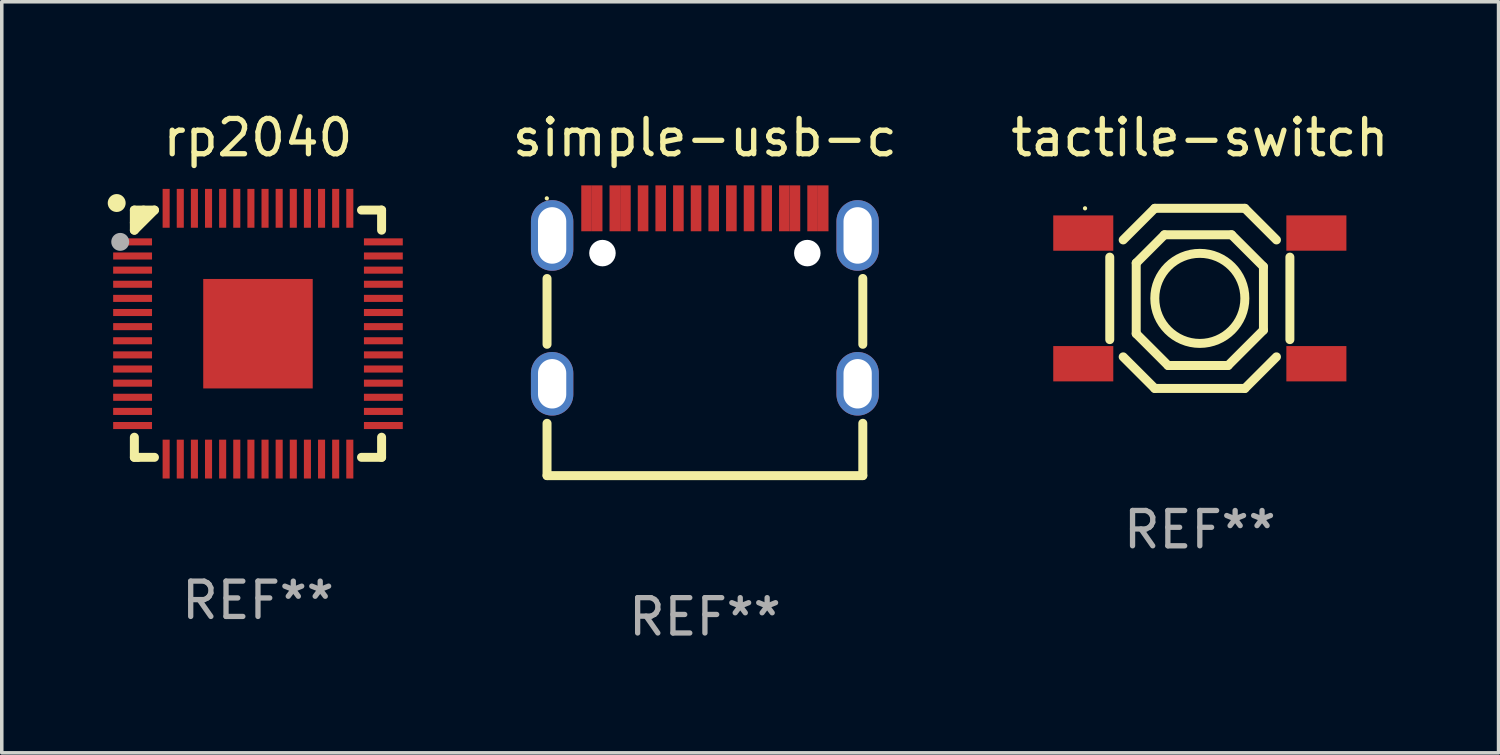
<source format=kicad_pcb>
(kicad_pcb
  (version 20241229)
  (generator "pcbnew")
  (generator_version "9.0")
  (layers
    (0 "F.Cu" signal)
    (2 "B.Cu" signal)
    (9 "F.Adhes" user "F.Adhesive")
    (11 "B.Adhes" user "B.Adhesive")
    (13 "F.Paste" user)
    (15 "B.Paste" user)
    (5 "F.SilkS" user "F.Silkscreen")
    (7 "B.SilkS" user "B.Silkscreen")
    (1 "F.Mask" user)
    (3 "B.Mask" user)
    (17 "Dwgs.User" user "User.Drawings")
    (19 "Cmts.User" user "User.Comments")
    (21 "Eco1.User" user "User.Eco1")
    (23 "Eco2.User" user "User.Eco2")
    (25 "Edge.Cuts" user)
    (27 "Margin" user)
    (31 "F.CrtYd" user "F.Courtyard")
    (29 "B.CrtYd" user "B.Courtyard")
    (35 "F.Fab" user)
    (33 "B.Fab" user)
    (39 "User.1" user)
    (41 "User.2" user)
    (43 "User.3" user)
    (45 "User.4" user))
  (footprint "tactile-switch"
    (layer "F.Cu")
    (at 30.92 5.398)
    (property "Reference" "tactile-switch" (at 0 -4.55 0) (layer "F.SilkS") (effects (font (size 1 1) (thickness 0.15))))
    (attr through_hole)
    (fp_line (start -2.55 -1.168) (end -2.55 1.168) (stroke (width 0.254) (type solid)) (layer "F.SilkS"))
    (fp_line (start -2.17 1.655) (end -1.275 2.55) (stroke (width 0.254) (type solid)) (layer "F.SilkS"))
    (fp_line (start -1.801 -1.001) (end -1.001 -1.801) (stroke (width 0.254) (type solid)) (layer "F.SilkS"))
    (fp_line (start -1.801 0.998) (end -1.801 -1.001) (stroke (width 0.254) (type solid)) (layer "F.SilkS"))
    (fp_line (start -1.275 -2.55) (end -2.17 -1.655) (stroke (width 0.254) (type solid)) (layer "F.SilkS"))
    (fp_line (start -1.275 -2.55) (end 1.275 -2.55) (stroke (width 0.254) (type solid)) (layer "F.SilkS"))
    (fp_line (start -1.275 2.55) (end 1.275 2.55) (stroke (width 0.254) (type solid)) (layer "F.SilkS"))
    (fp_line (start -1.001 -1.801) (end 0.899 -1.801) (stroke (width 0.254) (type solid)) (layer "F.SilkS"))
    (fp_line (start -0.899 1.9) (end -1.801 0.998) (stroke (width 0.254) (type solid)) (layer "F.SilkS"))
    (fp_line (start 0.8 1.9) (end -0.899 1.9) (stroke (width 0.254) (type solid)) (layer "F.SilkS"))
    (fp_line (start 0.899 -1.801) (end 1.801 -0.899) (stroke (width 0.254) (type solid)) (layer "F.SilkS"))
    (fp_line (start 1.275 -2.55) (end 2.17 -1.655) (stroke (width 0.254) (type solid)) (layer "F.SilkS"))
    (fp_line (start 1.801 -0.899) (end 1.801 0.899) (stroke (width 0.254) (type solid)) (layer "F.SilkS"))
    (fp_line (start 1.801 0.899) (end 0.8 1.9) (stroke (width 0.254) (type solid)) (layer "F.SilkS"))
    (fp_line (start 2.17 1.655) (end 1.275 2.55) (stroke (width 0.254) (type solid)) (layer "F.SilkS"))
    (fp_line (start 2.55 -1.168) (end 2.55 1.168) (stroke (width 0.254) (type solid)) (layer "F.SilkS"))
    (fp_circle (center -3.25 -2.55) (end -3.22 -2.55) (stroke (width 0.06) (type solid)) (fill no) (layer "F.SilkS"))
    (fp_circle (center 0 0) (end 1.275 0) (stroke (width 0.254) (type solid)) (fill no) (layer "F.SilkS"))
    (fp_text user "REF**" (at 0 6.55 0) (layer "F.Fab") (effects (font (size 1 1) (thickness 0.15))))
    (pad "1" smd rect (at -3.3 -1.849) (size 1.7 1) (layers "F.Cu" "F.Mask" "F.Paste"))
    (pad "2" smd rect (at 3.3 -1.85) (size 1.7 1) (layers "F.Cu" "F.Mask" "F.Paste"))
    (pad "3" smd rect (at -3.3 1.85) (size 1.7 1) (layers "F.Cu" "F.Mask" "F.Paste"))
    (pad "4" smd rect (at 3.3 1.85) (size 1.7 1) (layers "F.Cu" "F.Mask" "F.Paste")))
  (footprint "rp2040"
    (layer "F.Cu")
    (at 4.254 6.398)
    (property "Reference" "rp2040" (at 0 -5.55 0) (layer "F.SilkS") (effects (font (size 1 1) (thickness 0.15))))
    (attr through_hole)
    (fp_line (start -3.5 -3.5) (end -2.931 -3.5) (stroke (width 0.254) (type solid)) (layer "F.SilkS"))
    (fp_line (start -3.5 -2.931) (end -3.5 -3.5) (stroke (width 0.254) (type solid)) (layer "F.SilkS"))
    (fp_line (start -3.5 -2.931) (end -2.931 -3.5) (stroke (width 0.254) (type solid)) (layer "F.SilkS"))
    (fp_line (start -3.5 3.5) (end -3.5 2.931) (stroke (width 0.254) (type solid)) (layer "F.SilkS"))
    (fp_line (start -3.4 3.5) (end -3.5 3.5) (stroke (width 0.254) (type solid)) (layer "F.SilkS"))
    (fp_line (start -3.241 -3.5) (end -3.241 -3.403) (stroke (width 0.254) (type solid)) (layer "F.SilkS"))
    (fp_line (start -3.241 -3.403) (end -3.5 -3.144) (stroke (width 0.254) (type solid)) (layer "F.SilkS"))
    (fp_line (start -2.931 3.5) (end -3.4 3.5) (stroke (width 0.254) (type solid)) (layer "F.SilkS"))
    (fp_line (start 2.931 -3.5) (end 3.5 -3.5) (stroke (width 0.254) (type solid)) (layer "F.SilkS"))
    (fp_line (start 3.5 -3.5) (end 3.5 -2.931) (stroke (width 0.254) (type solid)) (layer "F.SilkS"))
    (fp_line (start 3.5 2.931) (end 3.5 3.5) (stroke (width 0.254) (type solid)) (layer "F.SilkS"))
    (fp_line (start 3.5 3.5) (end 2.931 3.5) (stroke (width 0.254) (type solid)) (layer "F.SilkS"))
    (fp_circle (center -4 -3.7) (end -3.873 -3.7) (stroke (width 0.254) (type solid)) (fill no) (layer "F.SilkS"))
    (fp_circle (center -3.5 -3.5) (end -3.47 -3.5) (stroke (width 0.06) (type solid)) (fill no) (layer "F.SilkS"))
    (fp_circle (center -3.9 -2.6) (end -3.773 -2.6) (stroke (width 0.254) (type solid)) (fill no) (layer "F.Fab"))
    (fp_text user "REF**" (at 0 7.55 0) (layer "F.Fab") (effects (font (size 1 1) (thickness 0.15))))
    (pad "1" smd rect (at -3.55 -2.6) (size 1.1 0.2) (layers "F.Cu" "F.Mask" "F.Paste"))
    (pad "2" smd rect (at -3.55 -2.2) (size 1.1 0.2) (layers "F.Cu" "F.Mask" "F.Paste"))
    (pad "3" smd rect (at -3.55 -1.8) (size 1.1 0.2) (layers "F.Cu" "F.Mask" "F.Paste"))
    (pad "4" smd rect (at -3.55 -1.4) (size 1.1 0.2) (layers "F.Cu" "F.Mask" "F.Paste"))
    (pad "5" smd rect (at -3.55 -1) (size 1.1 0.2) (layers "F.Cu" "F.Mask" "F.Paste"))
    (pad "6" smd rect (at -3.55 -0.6) (size 1.1 0.2) (layers "F.Cu" "F.Mask" "F.Paste"))
    (pad "7" smd rect (at -3.55 -0.2) (size 1.1 0.2) (layers "F.Cu" "F.Mask" "F.Paste"))
    (pad "8" smd rect (at -3.55 0.2) (size 1.1 0.2) (layers "F.Cu" "F.Mask" "F.Paste"))
    (pad "9" smd rect (at -3.55 0.6) (size 1.1 0.2) (layers "F.Cu" "F.Mask" "F.Paste"))
    (pad "10" smd rect (at -3.55 1) (size 1.1 0.2) (layers "F.Cu" "F.Mask" "F.Paste"))
    (pad "11" smd rect (at -3.55 1.4) (size 1.1 0.2) (layers "F.Cu" "F.Mask" "F.Paste"))
    (pad "12" smd rect (at -3.55 1.8) (size 1.1 0.2) (layers "F.Cu" "F.Mask" "F.Paste"))
    (pad "13" smd rect (at -3.55 2.2) (size 1.1 0.2) (layers "F.Cu" "F.Mask" "F.Paste"))
    (pad "14" smd rect (at -3.55 2.6) (size 1.1 0.2) (layers "F.Cu" "F.Mask" "F.Paste"))
    (pad "15" smd rect (at -2.6 3.55 90) (size 1.1 0.2) (layers "F.Cu" "F.Mask" "F.Paste"))
    (pad "16" smd rect (at -2.2 3.55 90) (size 1.1 0.2) (layers "F.Cu" "F.Mask" "F.Paste"))
    (pad "17" smd rect (at -1.8 3.55 90) (size 1.1 0.2) (layers "F.Cu" "F.Mask" "F.Paste"))
    (pad "18" smd rect (at -1.4 3.55 90) (size 1.1 0.2) (layers "F.Cu" "F.Mask" "F.Paste"))
    (pad "19" smd rect (at -1 3.55 90) (size 1.1 0.2) (layers "F.Cu" "F.Mask" "F.Paste"))
    (pad "20" smd rect (at -0.6 3.55 90) (size 1.1 0.2) (layers "F.Cu" "F.Mask" "F.Paste"))
    (pad "21" smd rect (at -0.2 3.55 90) (size 1.1 0.2) (layers "F.Cu" "F.Mask" "F.Paste"))
    (pad "22" smd rect (at 0.2 3.55 90) (size 1.1 0.2) (layers "F.Cu" "F.Mask" "F.Paste"))
    (pad "23" smd rect (at 0.6 3.55 90) (size 1.1 0.2) (layers "F.Cu" "F.Mask" "F.Paste"))
    (pad "24" smd rect (at 1 3.55 90) (size 1.1 0.2) (layers "F.Cu" "F.Mask" "F.Paste"))
    (pad "25" smd rect (at 1.4 3.55 90) (size 1.1 0.2) (layers "F.Cu" "F.Mask" "F.Paste"))
    (pad "26" smd rect (at 1.8 3.55 90) (size 1.1 0.2) (layers "F.Cu" "F.Mask" "F.Paste"))
    (pad "27" smd rect (at 2.2 3.55 90) (size 1.1 0.2) (layers "F.Cu" "F.Mask" "F.Paste"))
    (pad "28" smd rect (at 2.6 3.55 90) (size 1.1 0.2) (layers "F.Cu" "F.Mask" "F.Paste"))
    (pad "29" smd rect (at 3.55 2.6 180) (size 1.1 0.2) (layers "F.Cu" "F.Mask" "F.Paste"))
    (pad "30" smd rect (at 3.55 2.2 180) (size 1.1 0.2) (layers "F.Cu" "F.Mask" "F.Paste"))
    (pad "31" smd rect (at 3.55 1.8 180) (size 1.1 0.2) (layers "F.Cu" "F.Mask" "F.Paste"))
    (pad "32" smd rect (at 3.55 1.4 180) (size 1.1 0.2) (layers "F.Cu" "F.Mask" "F.Paste"))
    (pad "33" smd rect (at 3.55 1 180) (size 1.1 0.2) (layers "F.Cu" "F.Mask" "F.Paste"))
    (pad "34" smd rect (at 3.55 0.6 180) (size 1.1 0.2) (layers "F.Cu" "F.Mask" "F.Paste"))
    (pad "35" smd rect (at 3.55 0.2 180) (size 1.1 0.2) (layers "F.Cu" "F.Mask" "F.Paste"))
    (pad "36" smd rect (at 3.55 -0.2 180) (size 1.1 0.2) (layers "F.Cu" "F.Mask" "F.Paste"))
    (pad "37" smd rect (at 3.55 -0.6 180) (size 1.1 0.2) (layers "F.Cu" "F.Mask" "F.Paste"))
    (pad "38" smd rect (at 3.55 -1 180) (size 1.1 0.2) (layers "F.Cu" "F.Mask" "F.Paste"))
    (pad "39" smd rect (at 3.55 -1.4 180) (size 1.1 0.2) (layers "F.Cu" "F.Mask" "F.Paste"))
    (pad "40" smd rect (at 3.55 -1.8 180) (size 1.1 0.2) (layers "F.Cu" "F.Mask" "F.Paste"))
    (pad "41" smd rect (at 3.55 -2.2 180) (size 1.1 0.2) (layers "F.Cu" "F.Mask" "F.Paste"))
    (pad "42" smd rect (at 3.55 -2.6 180) (size 1.1 0.2) (layers "F.Cu" "F.Mask" "F.Paste"))
    (pad "43" smd rect (at 2.6 -3.55 270) (size 1.1 0.2) (layers "F.Cu" "F.Mask" "F.Paste"))
    (pad "44" smd rect (at 2.2 -3.55 270) (size 1.1 0.2) (layers "F.Cu" "F.Mask" "F.Paste"))
    (pad "45" smd rect (at 1.8 -3.55 270) (size 1.1 0.2) (layers "F.Cu" "F.Mask" "F.Paste"))
    (pad "46" smd rect (at 1.4 -3.55 270) (size 1.1 0.2) (layers "F.Cu" "F.Mask" "F.Paste"))
    (pad "47" smd rect (at 1 -3.55 270) (size 1.1 0.2) (layers "F.Cu" "F.Mask" "F.Paste"))
    (pad "48" smd rect (at 0.6 -3.55 270) (size 1.1 0.2) (layers "F.Cu" "F.Mask" "F.Paste"))
    (pad "49" smd rect (at 0.2 -3.55 270) (size 1.1 0.2) (layers "F.Cu" "F.Mask" "F.Paste"))
    (pad "50" smd rect (at -0.2 -3.55 270) (size 1.1 0.2) (layers "F.Cu" "F.Mask" "F.Paste"))
    (pad "51" smd rect (at -0.6 -3.55 270) (size 1.1 0.2) (layers "F.Cu" "F.Mask" "F.Paste"))
    (pad "52" smd rect (at -1 -3.55 270) (size 1.1 0.2) (layers "F.Cu" "F.Mask" "F.Paste"))
    (pad "53" smd rect (at -1.4 -3.55 270) (size 1.1 0.2) (layers "F.Cu" "F.Mask" "F.Paste"))
    (pad "54" smd rect (at -1.8 -3.55 270) (size 1.1 0.2) (layers "F.Cu" "F.Mask" "F.Paste"))
    (pad "55" smd rect (at -2.2 -3.55 270) (size 1.1 0.2) (layers "F.Cu" "F.Mask" "F.Paste"))
    (pad "56" smd rect (at -2.6 -3.55 270) (size 1.1 0.2) (layers "F.Cu" "F.Mask" "F.Paste"))
    (pad "57" smd rect (at 0 -0.000127) (size 3.1 3.1) (layers "F.Cu" "F.Mask" "F.Paste")))
  (footprint "simple-usb-c"
    (layer "F.Cu")
    (at 16.908 6.632)
    (property "Reference" "simple-usb-c" (at 0 -5.784 0) (layer "F.SilkS") (effects (font (size 1 1) (thickness 0.15))))
    (attr through_hole)
    (fp_line (start -4.47 0.066) (end -4.47 -1.797) (stroke (width 0.254) (type solid)) (layer "F.SilkS"))
    (fp_line (start -4.47 3.784) (end -4.47 2.303) (stroke (width 0.254) (type solid)) (layer "F.SilkS"))
    (fp_line (start 4.47 0.066) (end 4.47 -1.798) (stroke (width 0.254) (type solid)) (layer "F.SilkS"))
    (fp_line (start 4.47 3.784) (end -4.47 3.784) (stroke (width 0.254) (type solid)) (layer "F.SilkS"))
    (fp_line (start 4.47 3.784) (end 4.47 2.302) (stroke (width 0.254) (type solid)) (layer "F.SilkS"))
    (fp_circle (center -4.476 -4.066) (end -4.446 -4.066) (stroke (width 0.06) (type solid)) (fill no) (layer "F.SilkS"))
    (fp_circle (center -2.901 -2.516) (end -2.776 -2.516) (stroke (width 0.25) (type solid)) (fill no) (layer "F.Fab"))
    (fp_circle (center 2.899 -2.516) (end 3.024 -2.516) (stroke (width 0.25) (type solid)) (fill no) (layer "F.Fab"))
    (fp_text user "REF**" (at 0 7.784 0) (layer "F.Fab") (effects (font (size 1 1) (thickness 0.15))))
    (pad "" np_thru_hole circle (at -2.901 -2.516) (size 0.75 0.75) (drill 0.75) (layers "*.Cu" "*.Mask"))
    (pad "" np_thru_hole circle (at 2.899 -2.516) (size 0.75 0.75) (drill 0.75) (layers "*.Cu" "*.Mask"))
    (pad "0" thru_hole oval (at -4.326 -3.016) (size 1.2 2) (drill oval 0.8 1.6) (layers "*.Cu" "*.Mask"))
    (pad "0" thru_hole oval (at -4.326 1.184) (size 1.2 1.8) (drill oval 0.8 1.4) (layers "*.Cu" "*.Mask"))
    (pad "0" thru_hole oval (at 4.324 -3.016) (size 1.2 2) (drill oval 0.8 1.6) (layers "*.Cu" "*.Mask"))
    (pad "0" thru_hole oval (at 4.324 1.184) (size 1.2 1.8) (drill oval 0.8 1.4) (layers "*.Cu" "*.Mask"))
    (pad "A1" smd rect (at -3.351 -3.784) (size 0.3 1.3) (layers "F.Cu" "F.Mask" "F.Paste"))
    (pad "A4" smd rect (at -2.551 -3.784) (size 0.3 1.3) (layers "F.Cu" "F.Mask" "F.Paste"))
    (pad "A5" smd rect (at -1.251 -3.784) (size 0.3 1.3) (layers "F.Cu" "F.Mask" "F.Paste"))
    (pad "A6" smd rect (at -0.251 -3.784) (size 0.3 1.3) (layers "F.Cu" "F.Mask" "F.Paste"))
    (pad "A7" smd rect (at 0.249 -3.784) (size 0.3 1.3) (layers "F.Cu" "F.Mask" "F.Paste"))
    (pad "A8" smd rect (at 1.249 -3.784) (size 0.3 1.3) (layers "F.Cu" "F.Mask" "F.Paste"))
    (pad "A9" smd rect (at 2.549 -3.784) (size 0.3 1.3) (layers "F.Cu" "F.Mask" "F.Paste"))
    (pad "A12" smd rect (at 3.349 -3.784) (size 0.3 1.3) (layers "F.Cu" "F.Mask" "F.Paste"))
    (pad "B1" smd rect (at 3.049 -3.784) (size 0.3 1.3) (layers "F.Cu" "F.Mask" "F.Paste"))
    (pad "B4" smd rect (at 2.249 -3.784) (size 0.3 1.3) (layers "F.Cu" "F.Mask" "F.Paste"))
    (pad "B5" smd rect (at 1.749 -3.784) (size 0.3 1.3) (layers "F.Cu" "F.Mask" "F.Paste"))
    (pad "B6" smd rect (at 0.749 -3.784) (size 0.3 1.3) (layers "F.Cu" "F.Mask" "F.Paste"))
    (pad "B7" smd rect (at -0.751 -3.784) (size 0.3 1.3) (layers "F.Cu" "F.Mask" "F.Paste"))
    (pad "B8" smd rect (at -1.751 -3.784) (size 0.3 1.3) (layers "F.Cu" "F.Mask" "F.Paste"))
    (pad "B9" smd rect (at -2.251 -3.784) (size 0.3 1.3) (layers "F.Cu" "F.Mask" "F.Paste"))
    (pad "B12" smd rect (at -3.051 -3.784) (size 0.3 1.3) (layers "F.Cu" "F.Mask" "F.Paste")))
  (gr_rect
    (start -3 -3)
    (end 39.378 18.265)
    (stroke (width 0.1) (type default))
    (fill no)
    (layer "Edge.Cuts")))
</source>
